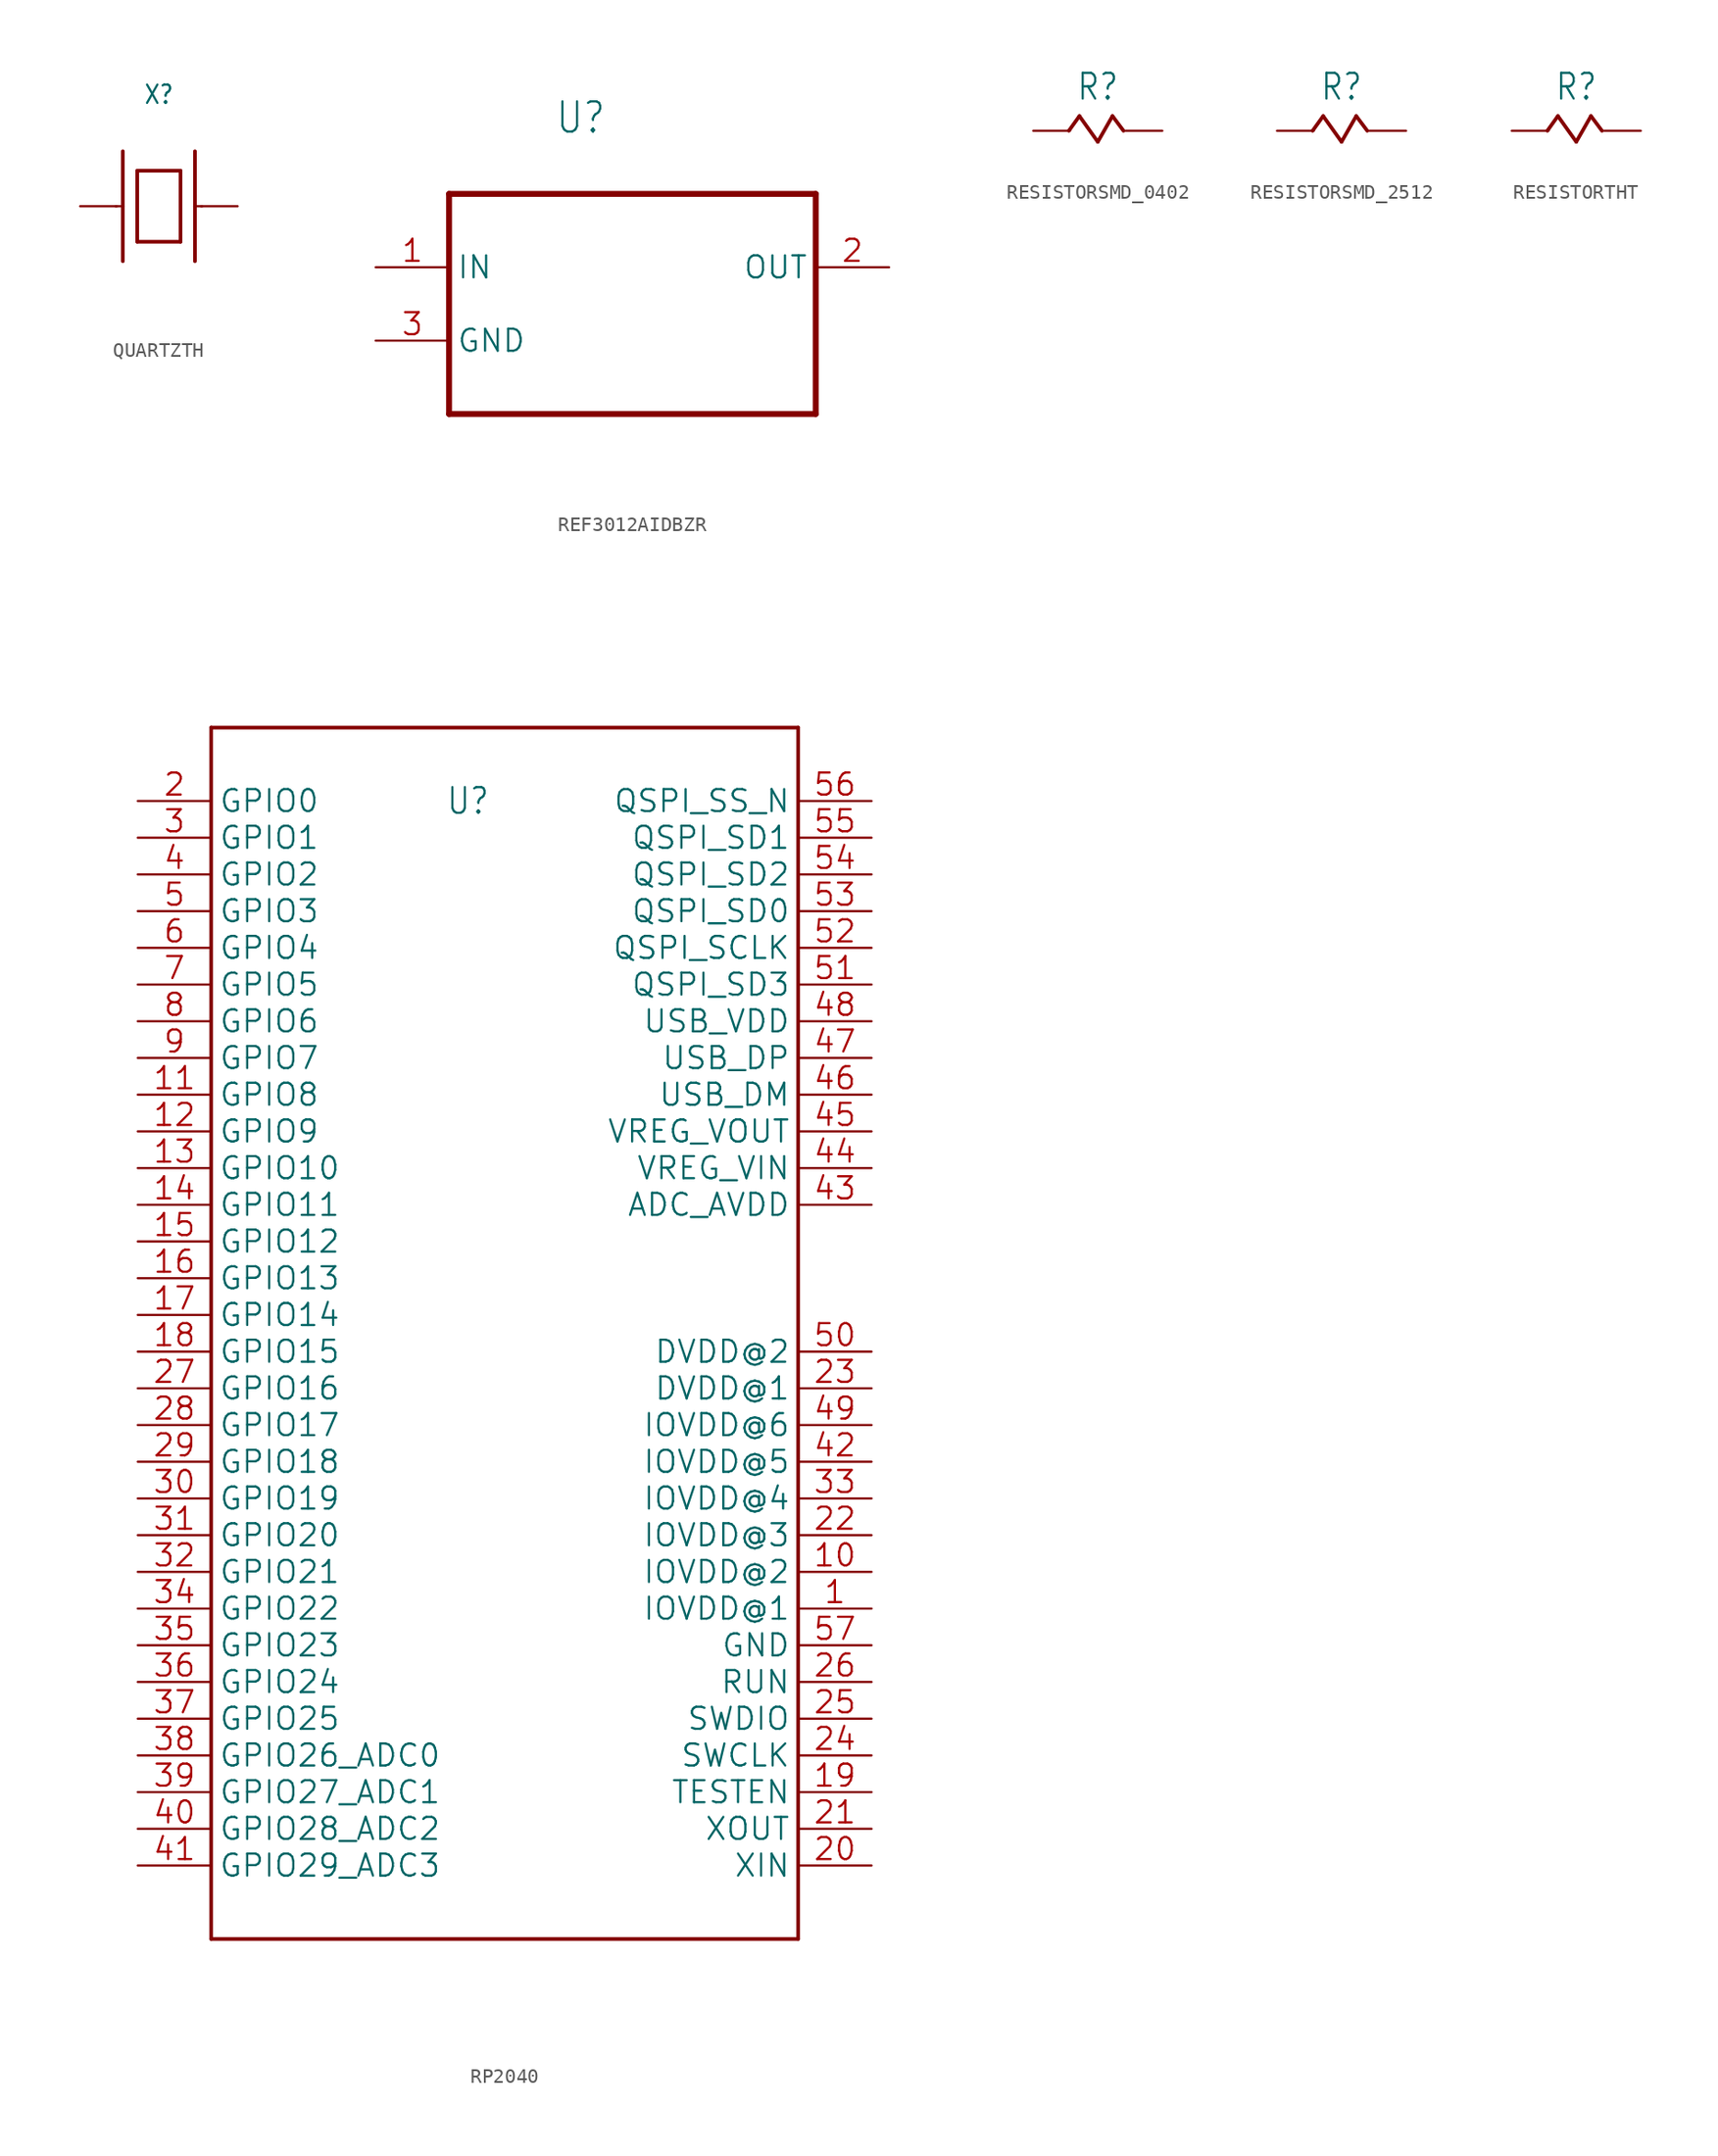
<source format=kicad_sym>
(kicad_symbol_lib
  (version 20241209)
  (generator "kicad_symbol_editor")
  (generator_version "9.0")
  (symbol "QUARTZTH"
    (property "Reference" "X"
      (at 0 7 0)
      (effects (font (size 1.27 1.079)) (justify bottom)))
    (property "Value" ""
      (at 0 -7 0)
      (effects (font (size 1.27 1.079)) (justify top)))
    (property "ki_locked" ""
      (at 0 0 0)
      (effects (font (size 1.27 1.27))))
    (symbol "QUARTZTH_1_0"
      (polyline (pts (xy -3 0) (xy -2.5 0)) (stroke (width 0.152) (type solid)) (fill (type none)))
      (polyline (pts (xy -2.5 3.81) (xy -2.5 0)) (stroke (width 0.254) (type solid)) (fill (type none)))
      (polyline (pts (xy -2.5 0) (xy -2.5 -3.81)) (stroke (width 0.254) (type solid)) (fill (type none)))
      (polyline (pts (xy -1.5 2.46) (xy -1.5 -2.46)) (stroke (width 0.254) (type solid)) (fill (type none)))
      (polyline (pts (xy -1.5 -2.46) (xy 1.5 -2.46)) (stroke (width 0.254) (type solid)) (fill (type none)))
      (polyline (pts (xy 1.5 2.46) (xy -1.5 2.46)) (stroke (width 0.254) (type solid)) (fill (type none)))
      (polyline (pts (xy 1.5 -2.46) (xy 1.5 2.46)) (stroke (width 0.254) (type solid)) (fill (type none)))
      (polyline (pts (xy 2.5 3.81) (xy 2.5 0)) (stroke (width 0.254) (type solid)) (fill (type none)))
      (polyline (pts (xy 2.5 0) (xy 2.5 -3.81)) (stroke (width 0.254) (type solid)) (fill (type none)))
      (polyline (pts (xy 2.5 0) (xy 3 0)) (stroke (width 0.152) (type solid)) (fill (type none)))
      (pin bidirectional line (at -5.46 0 0) (length 2.54) (name "P$1" (effects (font (size 0 0)))) (number "P$1" (effects (font (size 0 0)))))
      (pin bidirectional line (at 5.46 0 180) (length 2.54) (name "P$2" (effects (font (size 0 0)))) (number "P$2" (effects (font (size 0 0)))))))
  (symbol "REF3012AIDBZR"
    (property "Reference" "U"
      (at -5.37 11.676 0)
      (effects (font (size 2.087 1.774)) (justify left bottom)))
    (property "Value" ""
      (at -4.51 -11.601 0)
      (effects (font (size 2.089 1.776)) (justify left bottom)))
    (property "ki_locked" ""
      (at 0 0 0)
      (effects (font (size 1.27 1.27))))
    (symbol "REF3012AIDBZR_1_0"
      (polyline (pts (xy -12.7 7.62) (xy -12.7 -7.62)) (stroke (width 0.406) (type solid)) (fill (type none)))
      (polyline (pts (xy -12.7 -7.62) (xy 12.7 -7.62)) (stroke (width 0.406) (type solid)) (fill (type none)))
      (polyline (pts (xy 12.7 7.62) (xy -12.7 7.62)) (stroke (width 0.406) (type solid)) (fill (type none)))
      (polyline (pts (xy 12.7 -7.62) (xy 12.7 7.62)) (stroke (width 0.406) (type solid)) (fill (type none)))
      (pin bidirectional line (at -17.78 2.54 0) (length 5.08) (name "IN" (effects (font (size 1.524 1.524)))) (number "1" (effects (font (size 1.524 1.524)))))
      (pin bidirectional line (at -17.78 -2.54 0) (length 5.08) (name "GND" (effects (font (size 1.524 1.524)))) (number "3" (effects (font (size 1.524 1.524)))))
      (pin output line (at 17.78 2.54 180) (length 5.08) (name "OUT" (effects (font (size 1.524 1.524)))) (number "2" (effects (font (size 1.524 1.524)))))))
  (symbol "RESISTORSMD_0402"
    (property "Reference" "R"
      (at 0 2 0)
      (effects (font (size 1.778 1.511)) (justify bottom)))
    (property "Value" ""
      (at 0 -2 0)
      (effects (font (size 1.778 1.511)) (justify top)))
    (property "ki_locked" ""
      (at 0 0 0)
      (effects (font (size 1.27 1.27))))
    (symbol "RESISTORSMD_0402_1_0"
      (polyline (pts (xy -2 0) (xy -1.27 1.016)) (stroke (width 0.254) (type solid)) (fill (type none)))
      (polyline (pts (xy -1.27 1.016) (xy 0 -0.762)) (stroke (width 0.254) (type solid)) (fill (type none)))
      (polyline (pts (xy 0 -0.762) (xy 1.016 1.016)) (stroke (width 0.254) (type solid)) (fill (type none)))
      (polyline (pts (xy 1.016 1.016) (xy 1.778 0)) (stroke (width 0.254) (type solid)) (fill (type none)))
      (pin bidirectional line (at -4.46 0 0) (length 2.54) (name "1" (effects (font (size 0 0)))) (number "1" (effects (font (size 0 0)))))
      (pin bidirectional line (at 4.46 0 180) (length 2.54) (name "2" (effects (font (size 0 0)))) (number "2" (effects (font (size 0 0)))))))
  (symbol "RESISTORSMD_2512"
    (property "Reference" "R"
      (at 0 2 0)
      (effects (font (size 1.778 1.511)) (justify bottom)))
    (property "Value" ""
      (at 0 -2 0)
      (effects (font (size 1.778 1.511)) (justify top)))
    (property "ki_locked" ""
      (at 0 0 0)
      (effects (font (size 1.27 1.27))))
    (symbol "RESISTORSMD_2512_1_0"
      (polyline (pts (xy -2 0) (xy -1.27 1.016)) (stroke (width 0.254) (type solid)) (fill (type none)))
      (polyline (pts (xy -1.27 1.016) (xy 0 -0.762)) (stroke (width 0.254) (type solid)) (fill (type none)))
      (polyline (pts (xy 0 -0.762) (xy 1.016 1.016)) (stroke (width 0.254) (type solid)) (fill (type none)))
      (polyline (pts (xy 1.016 1.016) (xy 1.778 0)) (stroke (width 0.254) (type solid)) (fill (type none)))
      (pin bidirectional line (at -4.46 0 0) (length 2.54) (name "1" (effects (font (size 0 0)))) (number "1" (effects (font (size 0 0)))))
      (pin bidirectional line (at 4.46 0 180) (length 2.54) (name "2" (effects (font (size 0 0)))) (number "2" (effects (font (size 0 0)))))))
  (symbol "RESISTORTHT"
    (property "Reference" "R"
      (at 0 2 0)
      (effects (font (size 1.778 1.511)) (justify bottom)))
    (property "Value" ""
      (at 0 -2 0)
      (effects (font (size 1.778 1.511)) (justify top)))
    (property "ki_locked" ""
      (at 0 0 0)
      (effects (font (size 1.27 1.27))))
    (symbol "RESISTORTHT_1_0"
      (polyline (pts (xy -2 0) (xy -1.27 1.016)) (stroke (width 0.254) (type solid)) (fill (type none)))
      (polyline (pts (xy -1.27 1.016) (xy 0 -0.762)) (stroke (width 0.254) (type solid)) (fill (type none)))
      (polyline (pts (xy 0 -0.762) (xy 1.016 1.016)) (stroke (width 0.254) (type solid)) (fill (type none)))
      (polyline (pts (xy 1.016 1.016) (xy 1.778 0)) (stroke (width 0.254) (type solid)) (fill (type none)))
      (pin bidirectional line (at -4.46 0 0) (length 2.54) (name "1" (effects (font (size 0 0)))) (number "P$1" (effects (font (size 0 0)))))
      (pin bidirectional line (at 4.46 0 180) (length 2.54) (name "2" (effects (font (size 0 0)))) (number "P$2" (effects (font (size 0 0)))))))
  (symbol "RP2040"
    (property "Reference" "U"
      (at -2.54 40.64 0)
      (effects (font (size 1.778 1.511))))
    (property "ki_locked" ""
      (at 0 0 0)
      (effects (font (size 1.27 1.27))))
    (symbol "RP2040_1_0"
      (polyline (pts (xy -20.32 45.72) (xy -20.32 -38.1)) (stroke (width 0.254) (type solid)) (fill (type none)))
      (polyline (pts (xy -20.32 -38.1) (xy 20.32 -38.1)) (stroke (width 0.254) (type solid)) (fill (type none)))
      (polyline (pts (xy 20.32 45.72) (xy -20.32 45.72)) (stroke (width 0.254) (type solid)) (fill (type none)))
      (polyline (pts (xy 20.32 -38.1) (xy 20.32 45.72)) (stroke (width 0.254) (type solid)) (fill (type none)))
      (pin bidirectional line (at -25.4 40.64 0) (length 5.08) (name "GPIO0" (effects (font (size 1.524 1.524)))) (number "2" (effects (font (size 1.524 1.524)))))
      (pin bidirectional line (at -25.4 38.1 0) (length 5.08) (name "GPIO1" (effects (font (size 1.524 1.524)))) (number "3" (effects (font (size 1.524 1.524)))))
      (pin bidirectional line (at -25.4 35.56 0) (length 5.08) (name "GPIO2" (effects (font (size 1.524 1.524)))) (number "4" (effects (font (size 1.524 1.524)))))
      (pin bidirectional line (at -25.4 33.02 0) (length 5.08) (name "GPIO3" (effects (font (size 1.524 1.524)))) (number "5" (effects (font (size 1.524 1.524)))))
      (pin bidirectional line (at -25.4 30.48 0) (length 5.08) (name "GPIO4" (effects (font (size 1.524 1.524)))) (number "6" (effects (font (size 1.524 1.524)))))
      (pin bidirectional line (at -25.4 27.94 0) (length 5.08) (name "GPIO5" (effects (font (size 1.524 1.524)))) (number "7" (effects (font (size 1.524 1.524)))))
      (pin bidirectional line (at -25.4 25.4 0) (length 5.08) (name "GPIO6" (effects (font (size 1.524 1.524)))) (number "8" (effects (font (size 1.524 1.524)))))
      (pin bidirectional line (at -25.4 22.86 0) (length 5.08) (name "GPIO7" (effects (font (size 1.524 1.524)))) (number "9" (effects (font (size 1.524 1.524)))))
      (pin bidirectional line (at -25.4 20.32 0) (length 5.08) (name "GPIO8" (effects (font (size 1.524 1.524)))) (number "11" (effects (font (size 1.524 1.524)))))
      (pin bidirectional line (at -25.4 17.78 0) (length 5.08) (name "GPIO9" (effects (font (size 1.524 1.524)))) (number "12" (effects (font (size 1.524 1.524)))))
      (pin bidirectional line (at -25.4 15.24 0) (length 5.08) (name "GPIO10" (effects (font (size 1.524 1.524)))) (number "13" (effects (font (size 1.524 1.524)))))
      (pin bidirectional line (at -25.4 12.7 0) (length 5.08) (name "GPIO11" (effects (font (size 1.524 1.524)))) (number "14" (effects (font (size 1.524 1.524)))))
      (pin bidirectional line (at -25.4 10.16 0) (length 5.08) (name "GPIO12" (effects (font (size 1.524 1.524)))) (number "15" (effects (font (size 1.524 1.524)))))
      (pin bidirectional line (at -25.4 7.62 0) (length 5.08) (name "GPIO13" (effects (font (size 1.524 1.524)))) (number "16" (effects (font (size 1.524 1.524)))))
      (pin bidirectional line (at -25.4 5.08 0) (length 5.08) (name "GPIO14" (effects (font (size 1.524 1.524)))) (number "17" (effects (font (size 1.524 1.524)))))
      (pin bidirectional line (at -25.4 2.54 0) (length 5.08) (name "GPIO15" (effects (font (size 1.524 1.524)))) (number "18" (effects (font (size 1.524 1.524)))))
      (pin bidirectional line (at -25.4 0 0) (length 5.08) (name "GPIO16" (effects (font (size 1.524 1.524)))) (number "27" (effects (font (size 1.524 1.524)))))
      (pin bidirectional line (at -25.4 -2.54 0) (length 5.08) (name "GPIO17" (effects (font (size 1.524 1.524)))) (number "28" (effects (font (size 1.524 1.524)))))
      (pin bidirectional line (at -25.4 -5.08 0) (length 5.08) (name "GPIO18" (effects (font (size 1.524 1.524)))) (number "29" (effects (font (size 1.524 1.524)))))
      (pin bidirectional line (at -25.4 -7.62 0) (length 5.08) (name "GPIO19" (effects (font (size 1.524 1.524)))) (number "30" (effects (font (size 1.524 1.524)))))
      (pin bidirectional line (at -25.4 -10.16 0) (length 5.08) (name "GPIO20" (effects (font (size 1.524 1.524)))) (number "31" (effects (font (size 1.524 1.524)))))
      (pin bidirectional line (at -25.4 -12.7 0) (length 5.08) (name "GPIO21" (effects (font (size 1.524 1.524)))) (number "32" (effects (font (size 1.524 1.524)))))
      (pin bidirectional line (at -25.4 -15.24 0) (length 5.08) (name "GPIO22" (effects (font (size 1.524 1.524)))) (number "34" (effects (font (size 1.524 1.524)))))
      (pin bidirectional line (at -25.4 -17.78 0) (length 5.08) (name "GPIO23" (effects (font (size 1.524 1.524)))) (number "35" (effects (font (size 1.524 1.524)))))
      (pin bidirectional line (at -25.4 -20.32 0) (length 5.08) (name "GPIO24" (effects (font (size 1.524 1.524)))) (number "36" (effects (font (size 1.524 1.524)))))
      (pin bidirectional line (at -25.4 -22.86 0) (length 5.08) (name "GPIO25" (effects (font (size 1.524 1.524)))) (number "37" (effects (font (size 1.524 1.524)))))
      (pin bidirectional line (at -25.4 -25.4 0) (length 5.08) (name "GPIO26_ADC0" (effects (font (size 1.524 1.524)))) (number "38" (effects (font (size 1.524 1.524)))))
      (pin bidirectional line (at -25.4 -27.94 0) (length 5.08) (name "GPIO27_ADC1" (effects (font (size 1.524 1.524)))) (number "39" (effects (font (size 1.524 1.524)))))
      (pin bidirectional line (at -25.4 -30.48 0) (length 5.08) (name "GPIO28_ADC2" (effects (font (size 1.524 1.524)))) (number "40" (effects (font (size 1.524 1.524)))))
      (pin bidirectional line (at -25.4 -33.02 0) (length 5.08) (name "GPIO29_ADC3" (effects (font (size 1.524 1.524)))) (number "41" (effects (font (size 1.524 1.524)))))
      (pin bidirectional line (at 25.4 40.64 180) (length 5.08) (name "QSPI_SS_N" (effects (font (size 1.524 1.524)))) (number "56" (effects (font (size 1.524 1.524)))))
      (pin bidirectional line (at 25.4 38.1 180) (length 5.08) (name "QSPI_SD1" (effects (font (size 1.524 1.524)))) (number "55" (effects (font (size 1.524 1.524)))))
      (pin bidirectional line (at 25.4 35.56 180) (length 5.08) (name "QSPI_SD2" (effects (font (size 1.524 1.524)))) (number "54" (effects (font (size 1.524 1.524)))))
      (pin bidirectional line (at 25.4 33.02 180) (length 5.08) (name "QSPI_SD0" (effects (font (size 1.524 1.524)))) (number "53" (effects (font (size 1.524 1.524)))))
      (pin bidirectional line (at 25.4 30.48 180) (length 5.08) (name "QSPI_SCLK" (effects (font (size 1.524 1.524)))) (number "52" (effects (font (size 1.524 1.524)))))
      (pin bidirectional line (at 25.4 27.94 180) (length 5.08) (name "QSPI_SD3" (effects (font (size 1.524 1.524)))) (number "51" (effects (font (size 1.524 1.524)))))
      (pin bidirectional line (at 25.4 25.4 180) (length 5.08) (name "USB_VDD" (effects (font (size 1.524 1.524)))) (number "48" (effects (font (size 1.524 1.524)))))
      (pin bidirectional line (at 25.4 22.86 180) (length 5.08) (name "USB_DP" (effects (font (size 1.524 1.524)))) (number "47" (effects (font (size 1.524 1.524)))))
      (pin bidirectional line (at 25.4 20.32 180) (length 5.08) (name "USB_DM" (effects (font (size 1.524 1.524)))) (number "46" (effects (font (size 1.524 1.524)))))
      (pin bidirectional line (at 25.4 17.78 180) (length 5.08) (name "VREG_VOUT" (effects (font (size 1.524 1.524)))) (number "45" (effects (font (size 1.524 1.524)))))
      (pin bidirectional line (at 25.4 15.24 180) (length 5.08) (name "VREG_VIN" (effects (font (size 1.524 1.524)))) (number "44" (effects (font (size 1.524 1.524)))))
      (pin bidirectional line (at 25.4 12.7 180) (length 5.08) (name "ADC_AVDD" (effects (font (size 1.524 1.524)))) (number "43" (effects (font (size 1.524 1.524)))))
      (pin bidirectional line (at 25.4 2.54 180) (length 5.08) (name "DVDD@2" (effects (font (size 1.524 1.524)))) (number "50" (effects (font (size 1.524 1.524)))))
      (pin bidirectional line (at 25.4 0 180) (length 5.08) (name "DVDD@1" (effects (font (size 1.524 1.524)))) (number "23" (effects (font (size 1.524 1.524)))))
      (pin bidirectional line (at 25.4 -2.54 180) (length 5.08) (name "IOVDD@6" (effects (font (size 1.524 1.524)))) (number "49" (effects (font (size 1.524 1.524)))))
      (pin bidirectional line (at 25.4 -5.08 180) (length 5.08) (name "IOVDD@5" (effects (font (size 1.524 1.524)))) (number "42" (effects (font (size 1.524 1.524)))))
      (pin bidirectional line (at 25.4 -7.62 180) (length 5.08) (name "IOVDD@4" (effects (font (size 1.524 1.524)))) (number "33" (effects (font (size 1.524 1.524)))))
      (pin bidirectional line (at 25.4 -10.16 180) (length 5.08) (name "IOVDD@3" (effects (font (size 1.524 1.524)))) (number "22" (effects (font (size 1.524 1.524)))))
      (pin bidirectional line (at 25.4 -12.7 180) (length 5.08) (name "IOVDD@2" (effects (font (size 1.524 1.524)))) (number "10" (effects (font (size 1.524 1.524)))))
      (pin bidirectional line (at 25.4 -15.24 180) (length 5.08) (name "IOVDD@1" (effects (font (size 1.524 1.524)))) (number "1" (effects (font (size 1.524 1.524)))))
      (pin bidirectional line (at 25.4 -17.78 180) (length 5.08) (name "GND" (effects (font (size 1.524 1.524)))) (number "57" (effects (font (size 1.524 1.524)))))
      (pin bidirectional line (at 25.4 -20.32 180) (length 5.08) (name "RUN" (effects (font (size 1.524 1.524)))) (number "26" (effects (font (size 1.524 1.524)))))
      (pin bidirectional line (at 25.4 -22.86 180) (length 5.08) (name "SWDIO" (effects (font (size 1.524 1.524)))) (number "25" (effects (font (size 1.524 1.524)))))
      (pin bidirectional line (at 25.4 -25.4 180) (length 5.08) (name "SWCLK" (effects (font (size 1.524 1.524)))) (number "24" (effects (font (size 1.524 1.524)))))
      (pin bidirectional line (at 25.4 -27.94 180) (length 5.08) (name "TESTEN" (effects (font (size 1.524 1.524)))) (number "19" (effects (font (size 1.524 1.524)))))
      (pin bidirectional line (at 25.4 -30.48 180) (length 5.08) (name "XOUT" (effects (font (size 1.524 1.524)))) (number "21" (effects (font (size 1.524 1.524)))))
      (pin bidirectional line (at 25.4 -33.02 180) (length 5.08) (name "XIN" (effects (font (size 1.524 1.524)))) (number "20" (effects (font (size 1.524 1.524))))))))
</source>
